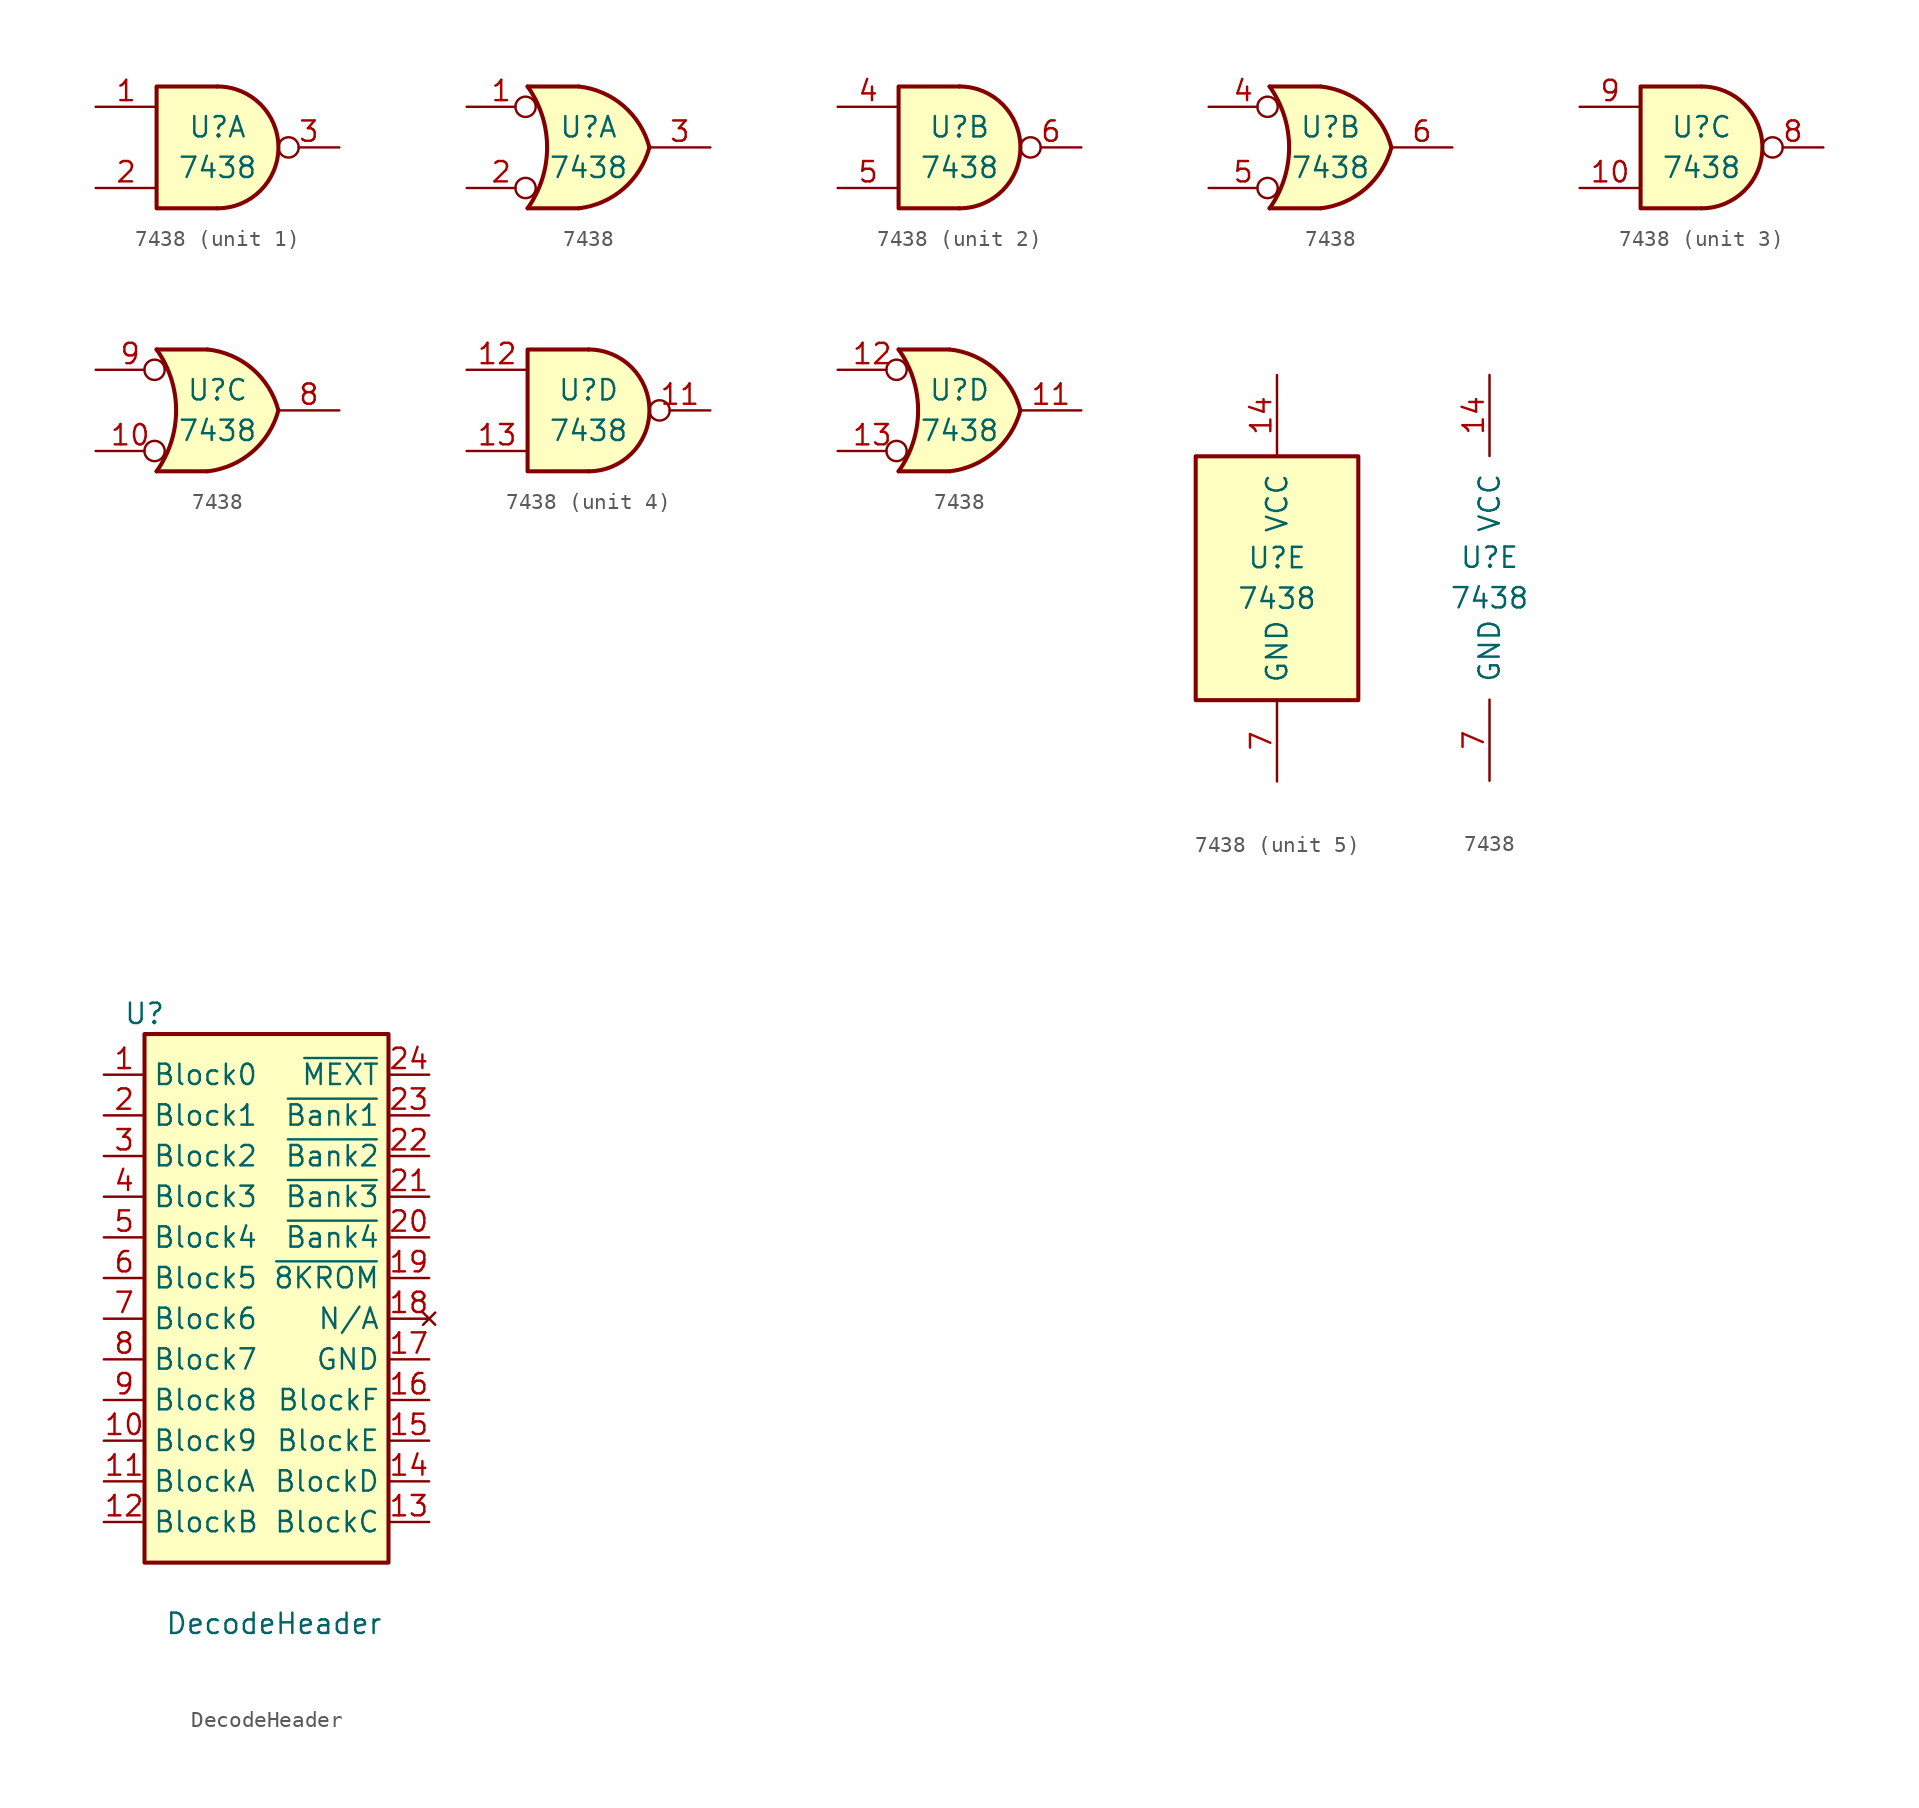
<source format=kicad_sym>
(kicad_symbol_lib
  (version 20211014)
  (generator kicad_symbol_editor)
  (symbol "7438"
    (pin_names
      (offset 1.016))
    (property "Reference" "U"
      (at 0 1.27 0)
      (effects (font (size 1.27 1.27))))
    (property "Value" "7438"
      (at 0 -1.27 0)
      (effects (font (size 1.27 1.27))))
    (property "ki_locked" ""
      (at 0 0 0)
      (effects (font (size 1.27 1.27))))
    (symbol "7438_1_1"
      (arc (start 0 -3.81) (mid 3.81 0) (end 0 3.81) (stroke (width 0.254) (type default) (color 0 0 0 0)) (fill (type background)))
      (polyline (pts (xy 0 3.81) (xy -3.81 3.81) (xy -3.81 -3.81) (xy 0 -3.81)) (stroke (width 0.254) (type default) (color 0 0 0 0)) (fill (type background)))
      (pin input line (at -7.62 2.54 0) (length 3.81) (name "~" (effects (font (size 1.27 1.27)))) (number "1" (effects (font (size 1.27 1.27)))))
      (pin input line (at -7.62 -2.54 0) (length 3.81) (name "~" (effects (font (size 1.27 1.27)))) (number "2" (effects (font (size 1.27 1.27)))))
      (pin open_collector inverted (at 7.62 0 180) (length 3.81) (name "~" (effects (font (size 1.27 1.27)))) (number "3" (effects (font (size 1.27 1.27))))))
    (symbol "7438_1_2"
      (arc (start -3.81 -3.81) (mid -2.589 0) (end -3.81 3.81) (stroke (width 0.254) (type default) (color 0 0 0 0)) (fill (type none)))
      (arc (start -0.6096 -3.81) (mid 2.1842 -2.5851) (end 3.81 0) (stroke (width 0.254) (type default) (color 0 0 0 0)) (fill (type background)))
      (polyline (pts (xy -3.81 -3.81) (xy -0.635 -3.81)) (stroke (width 0.254) (type default) (color 0 0 0 0)) (fill (type background)))
      (polyline (pts (xy -3.81 3.81) (xy -0.635 3.81)) (stroke (width 0.254) (type default) (color 0 0 0 0)) (fill (type background)))
      (polyline (pts (xy -0.635 3.81) (xy -3.81 3.81) (xy -3.81 3.81) (xy -3.556 3.404) (xy -3.023 2.261) (xy -2.692 1.041) (xy -2.616 -0.254) (xy -2.769 -1.499) (xy -3.175 -2.718) (xy -3.81 -3.81) (xy -3.81 -3.81) (xy -0.635 -3.81)) (stroke (width -25.4) (type default) (color 0 0 0 0)) (fill (type background)))
      (arc (start 3.81 0) (mid 2.1915 2.5936) (end -0.6096 3.81) (stroke (width 0.254) (type default) (color 0 0 0 0)) (fill (type background)))
      (pin input inverted (at -7.62 2.54 0) (length 4.318) (name "~" (effects (font (size 1.27 1.27)))) (number "1" (effects (font (size 1.27 1.27)))))
      (pin input inverted (at -7.62 -2.54 0) (length 4.318) (name "~" (effects (font (size 1.27 1.27)))) (number "2" (effects (font (size 1.27 1.27)))))
      (pin open_collector line (at 7.62 0 180) (length 3.81) (name "~" (effects (font (size 1.27 1.27)))) (number "3" (effects (font (size 1.27 1.27))))))
    (symbol "7438_2_1"
      (arc (start 0 -3.81) (mid 3.81 0) (end 0 3.81) (stroke (width 0.254) (type default) (color 0 0 0 0)) (fill (type background)))
      (polyline (pts (xy 0 3.81) (xy -3.81 3.81) (xy -3.81 -3.81) (xy 0 -3.81)) (stroke (width 0.254) (type default) (color 0 0 0 0)) (fill (type background)))
      (pin input line (at -7.62 2.54 0) (length 3.81) (name "~" (effects (font (size 1.27 1.27)))) (number "4" (effects (font (size 1.27 1.27)))))
      (pin input line (at -7.62 -2.54 0) (length 3.81) (name "~" (effects (font (size 1.27 1.27)))) (number "5" (effects (font (size 1.27 1.27)))))
      (pin open_collector inverted (at 7.62 0 180) (length 3.81) (name "~" (effects (font (size 1.27 1.27)))) (number "6" (effects (font (size 1.27 1.27))))))
    (symbol "7438_2_2"
      (arc (start -3.81 -3.81) (mid -2.589 0) (end -3.81 3.81) (stroke (width 0.254) (type default) (color 0 0 0 0)) (fill (type none)))
      (arc (start -0.6096 -3.81) (mid 2.1842 -2.5851) (end 3.81 0) (stroke (width 0.254) (type default) (color 0 0 0 0)) (fill (type background)))
      (polyline (pts (xy -3.81 -3.81) (xy -0.635 -3.81)) (stroke (width 0.254) (type default) (color 0 0 0 0)) (fill (type background)))
      (polyline (pts (xy -3.81 3.81) (xy -0.635 3.81)) (stroke (width 0.254) (type default) (color 0 0 0 0)) (fill (type background)))
      (polyline (pts (xy -0.635 3.81) (xy -3.81 3.81) (xy -3.81 3.81) (xy -3.556 3.404) (xy -3.023 2.261) (xy -2.692 1.041) (xy -2.616 -0.254) (xy -2.769 -1.499) (xy -3.175 -2.718) (xy -3.81 -3.81) (xy -3.81 -3.81) (xy -0.635 -3.81)) (stroke (width -25.4) (type default) (color 0 0 0 0)) (fill (type background)))
      (arc (start 3.81 0) (mid 2.1915 2.5936) (end -0.6096 3.81) (stroke (width 0.254) (type default) (color 0 0 0 0)) (fill (type background)))
      (pin input inverted (at -7.62 2.54 0) (length 4.318) (name "~" (effects (font (size 1.27 1.27)))) (number "4" (effects (font (size 1.27 1.27)))))
      (pin input inverted (at -7.62 -2.54 0) (length 4.318) (name "~" (effects (font (size 1.27 1.27)))) (number "5" (effects (font (size 1.27 1.27)))))
      (pin open_collector line (at 7.62 0 180) (length 3.81) (name "~" (effects (font (size 1.27 1.27)))) (number "6" (effects (font (size 1.27 1.27))))))
    (symbol "7438_3_1"
      (arc (start 0 -3.81) (mid 3.81 0) (end 0 3.81) (stroke (width 0.254) (type default) (color 0 0 0 0)) (fill (type background)))
      (polyline (pts (xy 0 3.81) (xy -3.81 3.81) (xy -3.81 -3.81) (xy 0 -3.81)) (stroke (width 0.254) (type default) (color 0 0 0 0)) (fill (type background)))
      (pin input line (at -7.62 -2.54 0) (length 3.81) (name "~" (effects (font (size 1.27 1.27)))) (number "10" (effects (font (size 1.27 1.27)))))
      (pin open_collector inverted (at 7.62 0 180) (length 3.81) (name "~" (effects (font (size 1.27 1.27)))) (number "8" (effects (font (size 1.27 1.27)))))
      (pin input line (at -7.62 2.54 0) (length 3.81) (name "~" (effects (font (size 1.27 1.27)))) (number "9" (effects (font (size 1.27 1.27))))))
    (symbol "7438_3_2"
      (arc (start -3.81 -3.81) (mid -2.589 0) (end -3.81 3.81) (stroke (width 0.254) (type default) (color 0 0 0 0)) (fill (type none)))
      (arc (start -0.6096 -3.81) (mid 2.1842 -2.5851) (end 3.81 0) (stroke (width 0.254) (type default) (color 0 0 0 0)) (fill (type background)))
      (polyline (pts (xy -3.81 -3.81) (xy -0.635 -3.81)) (stroke (width 0.254) (type default) (color 0 0 0 0)) (fill (type background)))
      (polyline (pts (xy -3.81 3.81) (xy -0.635 3.81)) (stroke (width 0.254) (type default) (color 0 0 0 0)) (fill (type background)))
      (polyline (pts (xy -0.635 3.81) (xy -3.81 3.81) (xy -3.81 3.81) (xy -3.556 3.404) (xy -3.023 2.261) (xy -2.692 1.041) (xy -2.616 -0.254) (xy -2.769 -1.499) (xy -3.175 -2.718) (xy -3.81 -3.81) (xy -3.81 -3.81) (xy -0.635 -3.81)) (stroke (width -25.4) (type default) (color 0 0 0 0)) (fill (type background)))
      (arc (start 3.81 0) (mid 2.1915 2.5936) (end -0.6096 3.81) (stroke (width 0.254) (type default) (color 0 0 0 0)) (fill (type background)))
      (pin input inverted (at -7.62 -2.54 0) (length 4.318) (name "~" (effects (font (size 1.27 1.27)))) (number "10" (effects (font (size 1.27 1.27)))))
      (pin open_collector line (at 7.62 0 180) (length 3.81) (name "~" (effects (font (size 1.27 1.27)))) (number "8" (effects (font (size 1.27 1.27)))))
      (pin input inverted (at -7.62 2.54 0) (length 4.318) (name "~" (effects (font (size 1.27 1.27)))) (number "9" (effects (font (size 1.27 1.27))))))
    (symbol "7438_4_1"
      (arc (start 0 -3.81) (mid 3.81 0) (end 0 3.81) (stroke (width 0.254) (type default) (color 0 0 0 0)) (fill (type background)))
      (polyline (pts (xy 0 3.81) (xy -3.81 3.81) (xy -3.81 -3.81) (xy 0 -3.81)) (stroke (width 0.254) (type default) (color 0 0 0 0)) (fill (type background)))
      (pin open_collector inverted (at 7.62 0 180) (length 3.81) (name "~" (effects (font (size 1.27 1.27)))) (number "11" (effects (font (size 1.27 1.27)))))
      (pin input line (at -7.62 2.54 0) (length 3.81) (name "~" (effects (font (size 1.27 1.27)))) (number "12" (effects (font (size 1.27 1.27)))))
      (pin input line (at -7.62 -2.54 0) (length 3.81) (name "~" (effects (font (size 1.27 1.27)))) (number "13" (effects (font (size 1.27 1.27))))))
    (symbol "7438_4_2"
      (arc (start -3.81 -3.81) (mid -2.589 0) (end -3.81 3.81) (stroke (width 0.254) (type default) (color 0 0 0 0)) (fill (type none)))
      (arc (start -0.6096 -3.81) (mid 2.1842 -2.5851) (end 3.81 0) (stroke (width 0.254) (type default) (color 0 0 0 0)) (fill (type background)))
      (polyline (pts (xy -3.81 -3.81) (xy -0.635 -3.81)) (stroke (width 0.254) (type default) (color 0 0 0 0)) (fill (type background)))
      (polyline (pts (xy -3.81 3.81) (xy -0.635 3.81)) (stroke (width 0.254) (type default) (color 0 0 0 0)) (fill (type background)))
      (polyline (pts (xy -0.635 3.81) (xy -3.81 3.81) (xy -3.81 3.81) (xy -3.556 3.404) (xy -3.023 2.261) (xy -2.692 1.041) (xy -2.616 -0.254) (xy -2.769 -1.499) (xy -3.175 -2.718) (xy -3.81 -3.81) (xy -3.81 -3.81) (xy -0.635 -3.81)) (stroke (width -25.4) (type default) (color 0 0 0 0)) (fill (type background)))
      (arc (start 3.81 0) (mid 2.1915 2.5936) (end -0.6096 3.81) (stroke (width 0.254) (type default) (color 0 0 0 0)) (fill (type background)))
      (pin open_collector line (at 7.62 0 180) (length 3.81) (name "~" (effects (font (size 1.27 1.27)))) (number "11" (effects (font (size 1.27 1.27)))))
      (pin input inverted (at -7.62 2.54 0) (length 4.318) (name "~" (effects (font (size 1.27 1.27)))) (number "12" (effects (font (size 1.27 1.27)))))
      (pin input inverted (at -7.62 -2.54 0) (length 4.318) (name "~" (effects (font (size 1.27 1.27)))) (number "13" (effects (font (size 1.27 1.27))))))
    (symbol "7438_5_0"
      (pin power_in line (at 0 12.7 270) (length 5.08) (name "VCC" (effects (font (size 1.27 1.27)))) (number "14" (effects (font (size 1.27 1.27)))))
      (pin power_in line (at 0 -12.7 90) (length 5.08) (name "GND" (effects (font (size 1.27 1.27)))) (number "7" (effects (font (size 1.27 1.27))))))
    (symbol "7438_5_1"
      (rectangle (start -5.08 7.62) (end 5.08 -7.62) (stroke (width 0.254) (type default) (color 0 0 0 0)) (fill (type background)))))
  (symbol "DecodeHeader"
    (property "Reference" "U"
      (at -7.62 17.78 0)
      (effects (font (size 1.27 1.27))))
    (property "Value" "DecodeHeader"
      (at -6.35 -20.32 0)
      (effects (font (size 1.27 1.27)) (justify left)))
    (symbol "DecodeHeader_1_1"
      (rectangle (start -7.62 16.51) (end 7.62 -16.51) (stroke (width 0.254) (type default) (color 0 0 0 0)) (fill (type background)))
      (pin input line (at -10.16 13.97 0) (length 2.54) (name "Block0" (effects (font (size 1.27 1.27)))) (number "1" (effects (font (size 1.27 1.27)))))
      (pin input line (at -10.16 -8.89 0) (length 2.54) (name "Block9" (effects (font (size 1.27 1.27)))) (number "10" (effects (font (size 1.27 1.27)))))
      (pin input line (at -10.16 -11.43 0) (length 2.54) (name "BlockA" (effects (font (size 1.27 1.27)))) (number "11" (effects (font (size 1.27 1.27)))))
      (pin input line (at -10.16 -13.97 0) (length 2.54) (name "BlockB" (effects (font (size 1.27 1.27)))) (number "12" (effects (font (size 1.27 1.27)))))
      (pin input line (at 10.16 -13.97 180) (length 2.54) (name "BlockC" (effects (font (size 1.27 1.27)))) (number "13" (effects (font (size 1.27 1.27)))))
      (pin input line (at 10.16 -11.43 180) (length 2.54) (name "BlockD" (effects (font (size 1.27 1.27)))) (number "14" (effects (font (size 1.27 1.27)))))
      (pin input line (at 10.16 -8.89 180) (length 2.54) (name "BlockE" (effects (font (size 1.27 1.27)))) (number "15" (effects (font (size 1.27 1.27)))))
      (pin input line (at 10.16 -6.35 180) (length 2.54) (name "BlockF" (effects (font (size 1.27 1.27)))) (number "16" (effects (font (size 1.27 1.27)))))
      (pin input line (at 10.16 -3.81 180) (length 2.54) (name "GND" (effects (font (size 1.27 1.27)))) (number "17" (effects (font (size 1.27 1.27)))))
      (pin no_connect line (at 10.16 -1.27 180) (length 2.54) (name "N/A" (effects (font (size 1.27 1.27)))) (number "18" (effects (font (size 1.27 1.27)))))
      (pin output line (at 10.16 1.27 180) (length 2.54) (name "~{8KROM}" (effects (font (size 1.27 1.27)))) (number "19" (effects (font (size 1.27 1.27)))))
      (pin input line (at -10.16 11.43 0) (length 2.54) (name "Block1" (effects (font (size 1.27 1.27)))) (number "2" (effects (font (size 1.27 1.27)))))
      (pin output line (at 10.16 3.81 180) (length 2.54) (name "~{Bank4}" (effects (font (size 1.27 1.27)))) (number "20" (effects (font (size 1.27 1.27)))))
      (pin output line (at 10.16 6.35 180) (length 2.54) (name "~{Bank3}" (effects (font (size 1.27 1.27)))) (number "21" (effects (font (size 1.27 1.27)))))
      (pin output line (at 10.16 8.89 180) (length 2.54) (name "~{Bank2}" (effects (font (size 1.27 1.27)))) (number "22" (effects (font (size 1.27 1.27)))))
      (pin output line (at 10.16 11.43 180) (length 2.54) (name "~{Bank1}" (effects (font (size 1.27 1.27)))) (number "23" (effects (font (size 1.27 1.27)))))
      (pin output line (at 10.16 13.97 180) (length 2.54) (name "~{MEXT}" (effects (font (size 1.27 1.27)))) (number "24" (effects (font (size 1.27 1.27)))))
      (pin input line (at -10.16 8.89 0) (length 2.54) (name "Block2" (effects (font (size 1.27 1.27)))) (number "3" (effects (font (size 1.27 1.27)))))
      (pin input line (at -10.16 6.35 0) (length 2.54) (name "Block3" (effects (font (size 1.27 1.27)))) (number "4" (effects (font (size 1.27 1.27)))))
      (pin input line (at -10.16 3.81 0) (length 2.54) (name "Block4" (effects (font (size 1.27 1.27)))) (number "5" (effects (font (size 1.27 1.27)))))
      (pin input line (at -10.16 1.27 0) (length 2.54) (name "Block5" (effects (font (size 1.27 1.27)))) (number "6" (effects (font (size 1.27 1.27)))))
      (pin input line (at -10.16 -1.27 0) (length 2.54) (name "Block6" (effects (font (size 1.27 1.27)))) (number "7" (effects (font (size 1.27 1.27)))))
      (pin input line (at -10.16 -3.81 0) (length 2.54) (name "Block7" (effects (font (size 1.27 1.27)))) (number "8" (effects (font (size 1.27 1.27)))))
      (pin input line (at -10.16 -6.35 0) (length 2.54) (name "Block8" (effects (font (size 1.27 1.27)))) (number "9" (effects (font (size 1.27 1.27))))))))
</source>
